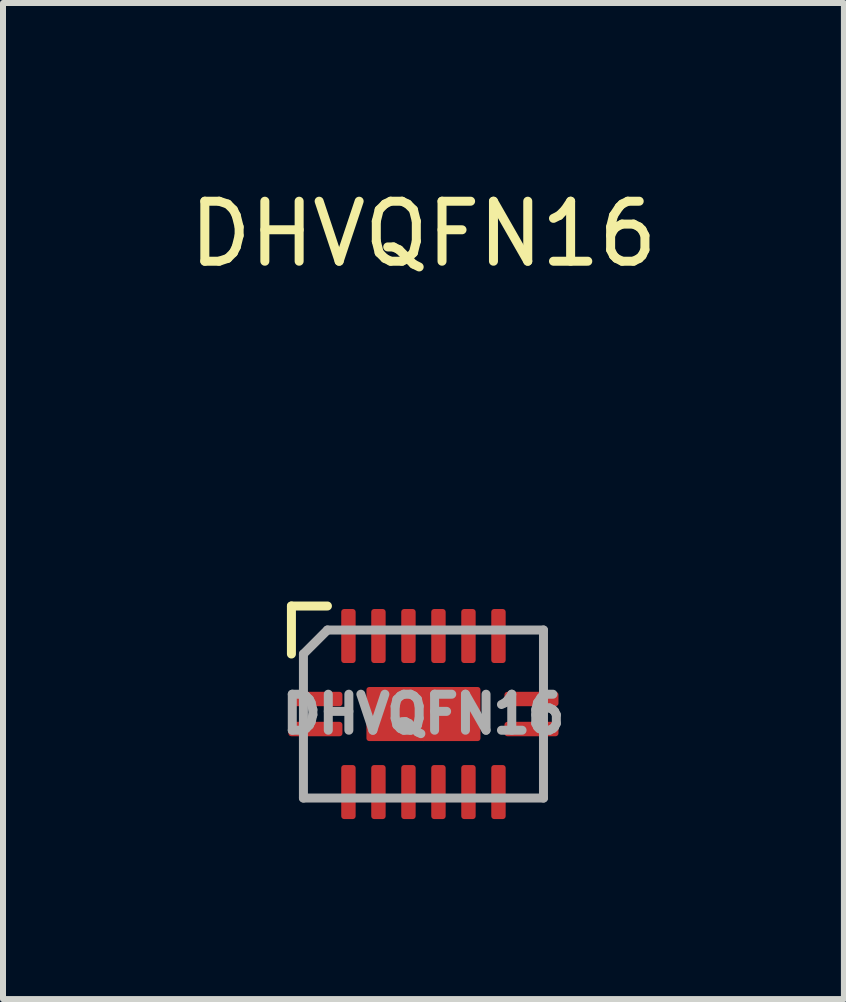
<source format=kicad_pcb>
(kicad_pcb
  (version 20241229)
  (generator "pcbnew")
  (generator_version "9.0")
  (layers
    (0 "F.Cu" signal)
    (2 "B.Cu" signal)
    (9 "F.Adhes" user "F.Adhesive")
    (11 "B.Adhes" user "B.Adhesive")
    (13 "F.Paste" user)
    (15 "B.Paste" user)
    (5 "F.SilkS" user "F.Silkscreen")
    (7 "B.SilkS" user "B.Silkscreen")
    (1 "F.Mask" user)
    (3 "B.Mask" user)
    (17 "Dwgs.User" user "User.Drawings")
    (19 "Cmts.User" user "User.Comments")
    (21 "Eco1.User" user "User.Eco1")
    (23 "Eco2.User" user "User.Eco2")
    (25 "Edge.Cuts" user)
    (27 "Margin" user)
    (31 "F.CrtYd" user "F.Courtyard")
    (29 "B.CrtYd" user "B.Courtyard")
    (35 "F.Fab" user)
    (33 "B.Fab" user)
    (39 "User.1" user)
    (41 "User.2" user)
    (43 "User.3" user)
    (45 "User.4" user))
  (footprint "DHVQFN16"
    (layer "F.Cu")
    (at 4.006 8.848)
    (property "Reference" "DHVQFN16" (at 0 -8 0) (layer "F.SilkS") (effects (font (size 1 1) (thickness 0.15))))
    (attr through_hole)
    (fp_line (start -2.2 -1.8) (end -1.6 -1.8) (stroke (width 0.15) (type solid)) (layer "F.SilkS"))
    (fp_line (start -2.2 -1) (end -2.2 -1.8) (stroke (width 0.15) (type solid)) (layer "F.SilkS"))
    (fp_line (start -2 -1) (end -1.6 -1.4) (stroke (width 0.15) (type solid)) (layer "F.Fab"))
    (fp_line (start -2 1.4) (end -2 -1) (stroke (width 0.15) (type solid)) (layer "F.Fab"))
    (fp_line (start -1.6 -1.4) (end 2 -1.4) (stroke (width 0.15) (type solid)) (layer "F.Fab"))
    (fp_line (start 2 -1.4) (end 2 1.4) (stroke (width 0.15) (type solid)) (layer "F.Fab"))
    (fp_line (start 2 1.4) (end -2 1.4) (stroke (width 0.15) (type solid)) (layer "F.Fab"))
    (fp_text user "${REFERENCE}" (at 0 0 0) (layer "F.Fab") (effects (font (size 0.6 0.6) (thickness 0.15))))
    (pad "1" smd roundrect (at -1.25 -1.3) (size 0.24 0.9) (layers "F.Cu" "F.Mask" "F.Paste") (roundrect_rratio 0.2))
    (pad "2" smd roundrect (at -0.75 -1.3) (size 0.24 0.9) (layers "F.Cu" "F.Mask" "F.Paste") (roundrect_rratio 0.2))
    (pad "3" smd roundrect (at -0.25 -1.3) (size 0.24 0.9) (layers "F.Cu" "F.Mask" "F.Paste") (roundrect_rratio 0.2))
    (pad "4" smd roundrect (at 0.25 -1.3) (size 0.24 0.9) (layers "F.Cu" "F.Mask" "F.Paste") (roundrect_rratio 0.2))
    (pad "5" smd roundrect (at -1.8 0.25 90) (size 0.24 0.9) (layers "F.Cu" "F.Mask" "F.Paste") (roundrect_rratio 0.2))
    (pad "5" smd roundrect (at 0.75 -1.3) (size 0.24 0.9) (layers "F.Cu" "F.Mask" "F.Paste") (roundrect_rratio 0.2))
    (pad "5" smd roundrect (at 1.8 0.25 90) (size 0.24 0.9) (layers "F.Cu" "F.Mask" "F.Paste") (roundrect_rratio 0.2))
    (pad "6" smd roundrect (at -1.8 -0.25 90) (size 0.24 0.9) (layers "F.Cu" "F.Mask" "F.Paste") (roundrect_rratio 0.2))
    (pad "6" smd roundrect (at 1.25 -1.3) (size 0.24 0.9) (layers "F.Cu" "F.Mask" "F.Paste") (roundrect_rratio 0.2))
    (pad "6" smd roundrect (at 1.8 -0.25 90) (size 0.24 0.9) (layers "F.Cu" "F.Mask" "F.Paste") (roundrect_rratio 0.2))
    (pad "7" smd roundrect (at -1.25 1.3) (size 0.24 0.9) (layers "F.Cu" "F.Mask" "F.Paste") (roundrect_rratio 0.2))
    (pad "8" smd roundrect (at -0.75 1.3) (size 0.24 0.9) (layers "F.Cu" "F.Mask" "F.Paste") (roundrect_rratio 0.2))
    (pad "9" smd roundrect (at -0.25 1.3) (size 0.24 0.9) (layers "F.Cu" "F.Mask" "F.Paste") (roundrect_rratio 0.2))
    (pad "10" smd roundrect (at 0.25 1.3) (size 0.24 0.9) (layers "F.Cu" "F.Mask" "F.Paste") (roundrect_rratio 0.2))
    (pad "11" smd roundrect (at 0.75 1.3) (size 0.24 0.9) (layers "F.Cu" "F.Mask" "F.Paste") (roundrect_rratio 0.2))
    (pad "12" smd roundrect (at 1.25 1.3) (size 0.24 0.9) (layers "F.Cu" "F.Mask" "F.Paste") (roundrect_rratio 0.2))
    (pad "13" smd roundrect (at -0.45 0 180) (size 1 0.9) (layers "F.Cu" "F.Mask" "F.Paste") (roundrect_rratio 0.05))
    (pad "13" smd roundrect (at 0.45 0 180) (size 1 0.9) (layers "F.Cu" "F.Mask" "F.Paste") (roundrect_rratio 0.05)))
  (gr_rect
    (start -3 -3)
    (end 11.012 13.598)
    (stroke (width 0.1) (type default))
    (fill no)
    (layer "Edge.Cuts")))
</source>
